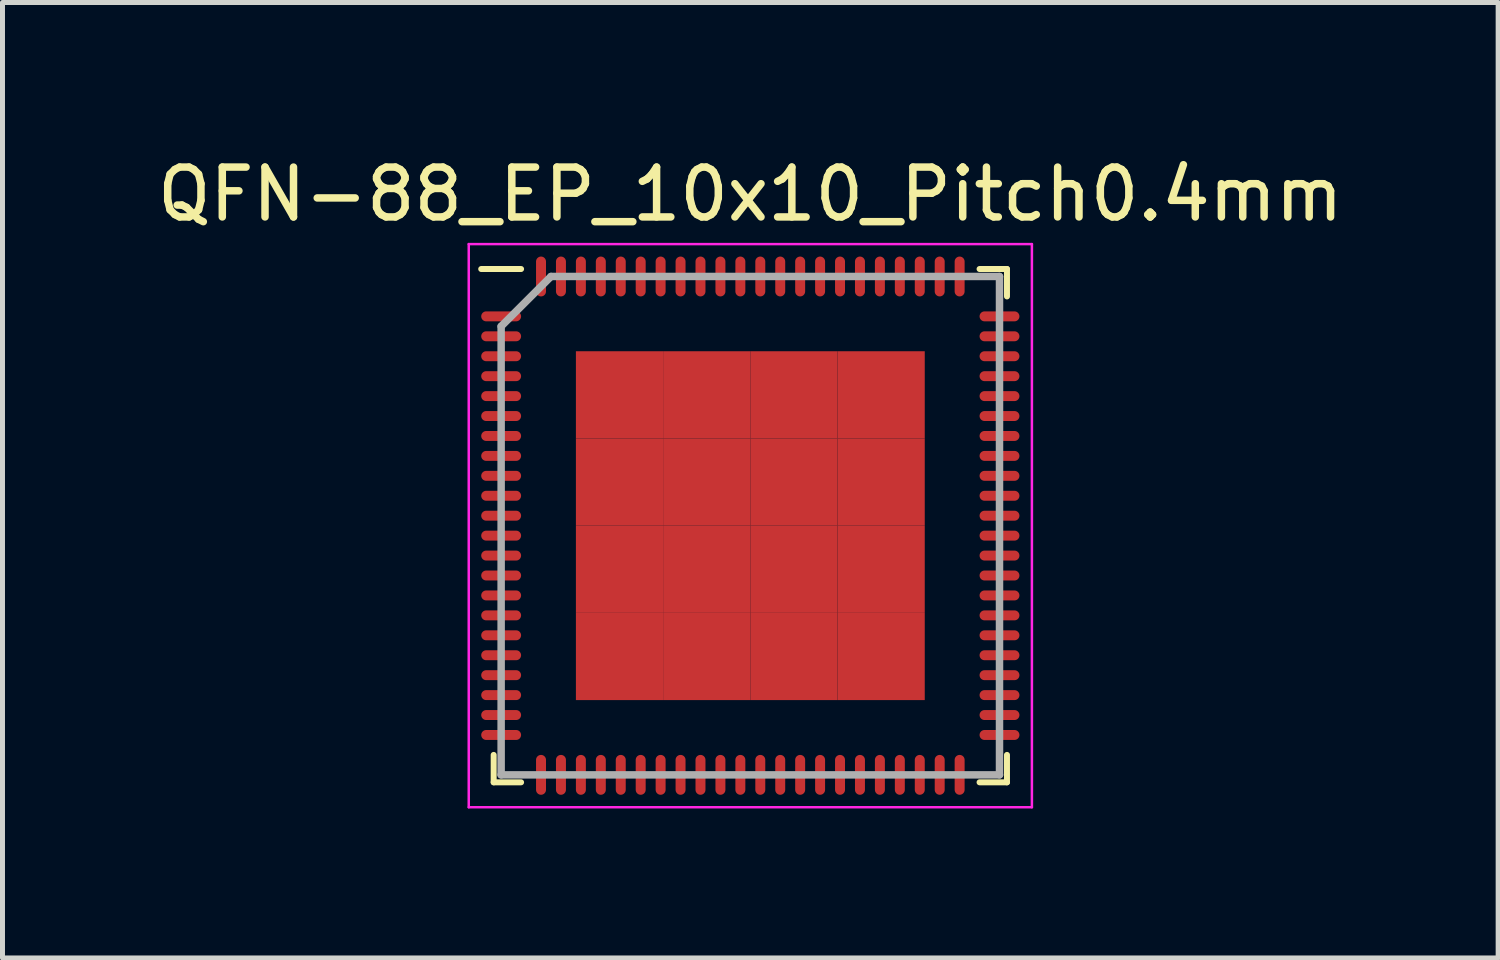
<source format=kicad_pcb>
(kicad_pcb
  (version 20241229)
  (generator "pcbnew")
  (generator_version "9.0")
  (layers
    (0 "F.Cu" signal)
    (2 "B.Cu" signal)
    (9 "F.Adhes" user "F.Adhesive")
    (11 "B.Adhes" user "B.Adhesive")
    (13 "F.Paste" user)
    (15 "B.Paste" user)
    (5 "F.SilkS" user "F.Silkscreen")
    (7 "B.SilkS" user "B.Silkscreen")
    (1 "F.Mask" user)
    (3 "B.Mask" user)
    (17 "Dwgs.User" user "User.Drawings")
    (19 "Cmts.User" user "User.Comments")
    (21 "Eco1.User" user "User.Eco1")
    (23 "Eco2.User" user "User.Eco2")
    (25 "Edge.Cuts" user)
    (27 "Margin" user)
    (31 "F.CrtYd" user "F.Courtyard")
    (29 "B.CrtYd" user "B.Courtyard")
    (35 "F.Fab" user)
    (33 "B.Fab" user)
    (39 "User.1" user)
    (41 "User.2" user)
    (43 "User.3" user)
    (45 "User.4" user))
  (footprint "QFN-88_EP_10x10_Pitch0.4mm"
    (layer "F.Cu")
    (at 12.006 7.498)
    (property "Reference" "QFN-88_EP_10x10_Pitch0.4mm" (at 0 -6.65 0) (layer "F.SilkS") (effects (font (size 1 1) (thickness 0.15))))
    (attr through_hole)
    (fp_line (start -5.15 5.15) (end -5.15 4.6) (stroke (width 0.12) (type solid)) (layer "F.SilkS"))
    (fp_line (start -4.6 -5.15) (end -5.4 -5.15) (stroke (width 0.12) (type solid)) (layer "F.SilkS"))
    (fp_line (start -4.6 5.15) (end -5.15 5.15) (stroke (width 0.12) (type solid)) (layer "F.SilkS"))
    (fp_line (start 4.6 -5.15) (end 5.15 -5.15) (stroke (width 0.12) (type solid)) (layer "F.SilkS"))
    (fp_line (start 4.6 5.15) (end 5.15 5.15) (stroke (width 0.12) (type solid)) (layer "F.SilkS"))
    (fp_line (start 5.15 -5.15) (end 5.15 -4.6) (stroke (width 0.12) (type solid)) (layer "F.SilkS"))
    (fp_line (start 5.15 5.15) (end 5.15 4.6) (stroke (width 0.12) (type solid)) (layer "F.SilkS"))
    (fp_line (start -5.65 -5.65) (end 5.65 -5.65) (stroke (width 0.05) (type solid)) (layer "F.CrtYd"))
    (fp_line (start -5.65 5.65) (end -5.65 -5.65) (stroke (width 0.05) (type solid)) (layer "F.CrtYd"))
    (fp_line (start 5.65 -5.65) (end 5.65 5.65) (stroke (width 0.05) (type solid)) (layer "F.CrtYd"))
    (fp_line (start 5.65 5.65) (end -5.65 5.65) (stroke (width 0.05) (type solid)) (layer "F.CrtYd"))
    (fp_line (start -5 -4) (end -5 5) (stroke (width 0.15) (type solid)) (layer "F.Fab"))
    (fp_line (start -5 5) (end 5 5) (stroke (width 0.15) (type solid)) (layer "F.Fab"))
    (fp_line (start -4 -5) (end -5 -4) (stroke (width 0.15) (type solid)) (layer "F.Fab"))
    (fp_line (start 5 -5) (end -4 -5) (stroke (width 0.15) (type solid)) (layer "F.Fab"))
    (fp_line (start 5 5) (end 5 -5) (stroke (width 0.15) (type solid)) (layer "F.Fab"))
    (pad "1" smd oval (at -5 -4.2 90) (size 0.2 0.8) (layers "F.Cu" "F.Mask" "F.Paste"))
    (pad "2" smd oval (at -5 -3.8 90) (size 0.2 0.8) (layers "F.Cu" "F.Mask" "F.Paste"))
    (pad "3" smd oval (at -5 -3.4 90) (size 0.2 0.8) (layers "F.Cu" "F.Mask" "F.Paste"))
    (pad "4" smd oval (at -5 -3 90) (size 0.2 0.8) (layers "F.Cu" "F.Mask" "F.Paste"))
    (pad "5" smd oval (at -5 -2.6 90) (size 0.2 0.8) (layers "F.Cu" "F.Mask" "F.Paste"))
    (pad "6" smd oval (at -5 -2.2 90) (size 0.2 0.8) (layers "F.Cu" "F.Mask" "F.Paste"))
    (pad "7" smd oval (at -5 -1.8 90) (size 0.2 0.8) (layers "F.Cu" "F.Mask" "F.Paste"))
    (pad "8" smd oval (at -5 -1.4 90) (size 0.2 0.8) (layers "F.Cu" "F.Mask" "F.Paste"))
    (pad "9" smd oval (at -5 -1 90) (size 0.2 0.8) (layers "F.Cu" "F.Mask" "F.Paste"))
    (pad "10" smd oval (at -5 -0.6 90) (size 0.2 0.8) (layers "F.Cu" "F.Mask" "F.Paste"))
    (pad "11" smd oval (at -5 -0.2 90) (size 0.2 0.8) (layers "F.Cu" "F.Mask" "F.Paste"))
    (pad "12" smd oval (at -5 0.2 90) (size 0.2 0.8) (layers "F.Cu" "F.Mask" "F.Paste"))
    (pad "13" smd oval (at -5 0.6 90) (size 0.2 0.8) (layers "F.Cu" "F.Mask" "F.Paste"))
    (pad "14" smd oval (at -5 1 90) (size 0.2 0.8) (layers "F.Cu" "F.Mask" "F.Paste"))
    (pad "15" smd oval (at -5 1.4 90) (size 0.2 0.8) (layers "F.Cu" "F.Mask" "F.Paste"))
    (pad "16" smd oval (at -5 1.8 90) (size 0.2 0.8) (layers "F.Cu" "F.Mask" "F.Paste"))
    (pad "17" smd oval (at -5 2.2 90) (size 0.2 0.8) (layers "F.Cu" "F.Mask" "F.Paste"))
    (pad "18" smd oval (at -5 2.6 90) (size 0.2 0.8) (layers "F.Cu" "F.Mask" "F.Paste"))
    (pad "19" smd oval (at -5 3 90) (size 0.2 0.8) (layers "F.Cu" "F.Mask" "F.Paste"))
    (pad "20" smd oval (at -5 3.4 90) (size 0.2 0.8) (layers "F.Cu" "F.Mask" "F.Paste"))
    (pad "21" smd oval (at -5 3.8 90) (size 0.2 0.8) (layers "F.Cu" "F.Mask" "F.Paste"))
    (pad "22" smd oval (at -5 4.2 90) (size 0.2 0.8) (layers "F.Cu" "F.Mask" "F.Paste"))
    (pad "23" smd oval (at -4.2 5) (size 0.2 0.8) (layers "F.Cu" "F.Mask" "F.Paste"))
    (pad "24" smd oval (at -3.8 5) (size 0.2 0.8) (layers "F.Cu" "F.Mask" "F.Paste"))
    (pad "25" smd oval (at -3.4 5) (size 0.2 0.8) (layers "F.Cu" "F.Mask" "F.Paste"))
    (pad "26" smd oval (at -3 5) (size 0.2 0.8) (layers "F.Cu" "F.Mask" "F.Paste"))
    (pad "27" smd oval (at -2.6 5) (size 0.2 0.8) (layers "F.Cu" "F.Mask" "F.Paste"))
    (pad "28" smd oval (at -2.2 5) (size 0.2 0.8) (layers "F.Cu" "F.Mask" "F.Paste"))
    (pad "29" smd oval (at -1.8 5) (size 0.2 0.8) (layers "F.Cu" "F.Mask" "F.Paste"))
    (pad "30" smd oval (at -1.4 5) (size 0.2 0.8) (layers "F.Cu" "F.Mask" "F.Paste"))
    (pad "31" smd oval (at -1 5) (size 0.2 0.8) (layers "F.Cu" "F.Mask" "F.Paste"))
    (pad "32" smd oval (at -0.6 5) (size 0.2 0.8) (layers "F.Cu" "F.Mask" "F.Paste"))
    (pad "33" smd oval (at -0.2 5) (size 0.2 0.8) (layers "F.Cu" "F.Mask" "F.Paste"))
    (pad "34" smd oval (at 0.2 5) (size 0.2 0.8) (layers "F.Cu" "F.Mask" "F.Paste"))
    (pad "35" smd oval (at 0.6 5) (size 0.2 0.8) (layers "F.Cu" "F.Mask" "F.Paste"))
    (pad "36" smd oval (at 1 5) (size 0.2 0.8) (layers "F.Cu" "F.Mask" "F.Paste"))
    (pad "37" smd oval (at 1.4 5) (size 0.2 0.8) (layers "F.Cu" "F.Mask" "F.Paste"))
    (pad "38" smd oval (at 1.8 5) (size 0.2 0.8) (layers "F.Cu" "F.Mask" "F.Paste"))
    (pad "39" smd oval (at 2.2 5) (size 0.2 0.8) (layers "F.Cu" "F.Mask" "F.Paste"))
    (pad "40" smd oval (at 2.6 5) (size 0.2 0.8) (layers "F.Cu" "F.Mask" "F.Paste"))
    (pad "41" smd oval (at 3 5) (size 0.2 0.8) (layers "F.Cu" "F.Mask" "F.Paste"))
    (pad "42" smd oval (at 3.4 5) (size 0.2 0.8) (layers "F.Cu" "F.Mask" "F.Paste"))
    (pad "43" smd oval (at 3.8 5) (size 0.2 0.8) (layers "F.Cu" "F.Mask" "F.Paste"))
    (pad "44" smd oval (at 4.2 5) (size 0.2 0.8) (layers "F.Cu" "F.Mask" "F.Paste"))
    (pad "45" smd oval (at 5 4.2 90) (size 0.2 0.8) (layers "F.Cu" "F.Mask" "F.Paste"))
    (pad "46" smd oval (at 5 3.8 90) (size 0.2 0.8) (layers "F.Cu" "F.Mask" "F.Paste"))
    (pad "47" smd oval (at 5 3.4 90) (size 0.2 0.8) (layers "F.Cu" "F.Mask" "F.Paste"))
    (pad "48" smd oval (at 5 3 90) (size 0.2 0.8) (layers "F.Cu" "F.Mask" "F.Paste"))
    (pad "49" smd oval (at 5 2.6 90) (size 0.2 0.8) (layers "F.Cu" "F.Mask" "F.Paste"))
    (pad "50" smd oval (at 5 2.2 90) (size 0.2 0.8) (layers "F.Cu" "F.Mask" "F.Paste"))
    (pad "51" smd oval (at 5 1.8 90) (size 0.2 0.8) (layers "F.Cu" "F.Mask" "F.Paste"))
    (pad "52" smd oval (at 5 1.4 90) (size 0.2 0.8) (layers "F.Cu" "F.Mask" "F.Paste"))
    (pad "53" smd oval (at 5 1 90) (size 0.2 0.8) (layers "F.Cu" "F.Mask" "F.Paste"))
    (pad "54" smd oval (at 5 0.6 90) (size 0.2 0.8) (layers "F.Cu" "F.Mask" "F.Paste"))
    (pad "55" smd oval (at 5 0.2 90) (size 0.2 0.8) (layers "F.Cu" "F.Mask" "F.Paste"))
    (pad "56" smd oval (at 5 -0.2 90) (size 0.2 0.8) (layers "F.Cu" "F.Mask" "F.Paste"))
    (pad "57" smd oval (at 5 -0.6 90) (size 0.2 0.8) (layers "F.Cu" "F.Mask" "F.Paste"))
    (pad "58" smd oval (at 5 -1 90) (size 0.2 0.8) (layers "F.Cu" "F.Mask" "F.Paste"))
    (pad "59" smd oval (at 5 -1.4 90) (size 0.2 0.8) (layers "F.Cu" "F.Mask" "F.Paste"))
    (pad "60" smd oval (at 5 -1.8 90) (size 0.2 0.8) (layers "F.Cu" "F.Mask" "F.Paste"))
    (pad "61" smd oval (at 5 -2.2 90) (size 0.2 0.8) (layers "F.Cu" "F.Mask" "F.Paste"))
    (pad "62" smd oval (at 5 -2.6 90) (size 0.2 0.8) (layers "F.Cu" "F.Mask" "F.Paste"))
    (pad "63" smd oval (at 5 -3 90) (size 0.2 0.8) (layers "F.Cu" "F.Mask" "F.Paste"))
    (pad "64" smd oval (at 5 -3.4 90) (size 0.2 0.8) (layers "F.Cu" "F.Mask" "F.Paste"))
    (pad "65" smd oval (at 5 -3.8 90) (size 0.2 0.8) (layers "F.Cu" "F.Mask" "F.Paste"))
    (pad "66" smd oval (at 5 -4.2 90) (size 0.2 0.8) (layers "F.Cu" "F.Mask" "F.Paste"))
    (pad "67" smd oval (at 4.2 -5) (size 0.2 0.8) (layers "F.Cu" "F.Mask" "F.Paste"))
    (pad "68" smd oval (at 3.8 -5) (size 0.2 0.8) (layers "F.Cu" "F.Mask" "F.Paste"))
    (pad "69" smd oval (at 3.4 -5) (size 0.2 0.8) (layers "F.Cu" "F.Mask" "F.Paste"))
    (pad "70" smd oval (at 3 -5) (size 0.2 0.8) (layers "F.Cu" "F.Mask" "F.Paste"))
    (pad "71" smd oval (at 2.6 -5) (size 0.2 0.8) (layers "F.Cu" "F.Mask" "F.Paste"))
    (pad "72" smd oval (at 2.2 -5) (size 0.2 0.8) (layers "F.Cu" "F.Mask" "F.Paste"))
    (pad "73" smd oval (at 1.8 -5) (size 0.2 0.8) (layers "F.Cu" "F.Mask" "F.Paste"))
    (pad "74" smd oval (at 1.4 -5) (size 0.2 0.8) (layers "F.Cu" "F.Mask" "F.Paste"))
    (pad "75" smd oval (at 1 -5) (size 0.2 0.8) (layers "F.Cu" "F.Mask" "F.Paste"))
    (pad "76" smd oval (at 0.6 -5) (size 0.2 0.8) (layers "F.Cu" "F.Mask" "F.Paste"))
    (pad "77" smd oval (at 0.2 -5) (size 0.2 0.8) (layers "F.Cu" "F.Mask" "F.Paste"))
    (pad "78" smd oval (at -0.2 -5) (size 0.2 0.8) (layers "F.Cu" "F.Mask" "F.Paste"))
    (pad "79" smd oval (at -0.6 -5) (size 0.2 0.8) (layers "F.Cu" "F.Mask" "F.Paste"))
    (pad "80" smd oval (at -1 -5) (size 0.2 0.8) (layers "F.Cu" "F.Mask" "F.Paste"))
    (pad "81" smd oval (at -1.4 -5) (size 0.2 0.8) (layers "F.Cu" "F.Mask" "F.Paste"))
    (pad "82" smd oval (at -1.8 -5) (size 0.2 0.8) (layers "F.Cu" "F.Mask" "F.Paste"))
    (pad "83" smd oval (at -2.2 -5) (size 0.2 0.8) (layers "F.Cu" "F.Mask" "F.Paste"))
    (pad "84" smd oval (at -2.6 -5) (size 0.2 0.8) (layers "F.Cu" "F.Mask" "F.Paste"))
    (pad "85" smd oval (at -3 -5) (size 0.2 0.8) (layers "F.Cu" "F.Mask" "F.Paste"))
    (pad "86" smd oval (at -3.4 -5) (size 0.2 0.8) (layers "F.Cu" "F.Mask" "F.Paste"))
    (pad "87" smd oval (at -3.8 -5) (size 0.2 0.8) (layers "F.Cu" "F.Mask" "F.Paste"))
    (pad "88" smd oval (at -4.2 -5) (size 0.2 0.8) (layers "F.Cu" "F.Mask" "F.Paste"))
    (pad "89" smd rect (at -2.625 -2.625) (size 1.75 1.75) (layers "F.Cu" "F.Mask" "F.Paste"))
    (pad "89" smd rect (at -2.625 -0.875) (size 1.75 1.75) (layers "F.Cu" "F.Mask" "F.Paste"))
    (pad "89" smd rect (at -2.625 0.875) (size 1.75 1.75) (layers "F.Cu" "F.Mask" "F.Paste"))
    (pad "89" smd rect (at -2.625 2.625) (size 1.75 1.75) (layers "F.Cu" "F.Mask" "F.Paste"))
    (pad "89" smd rect (at -0.875 -2.625) (size 1.75 1.75) (layers "F.Cu" "F.Mask" "F.Paste"))
    (pad "89" smd rect (at -0.875 -0.875) (size 1.75 1.75) (layers "F.Cu" "F.Mask" "F.Paste"))
    (pad "89" smd rect (at -0.875 0.875) (size 1.75 1.75) (layers "F.Cu" "F.Mask" "F.Paste"))
    (pad "89" smd rect (at -0.875 2.625) (size 1.75 1.75) (layers "F.Cu" "F.Mask" "F.Paste"))
    (pad "89" smd rect (at 0.875 -2.625) (size 1.75 1.75) (layers "F.Cu" "F.Mask" "F.Paste"))
    (pad "89" smd rect (at 0.875 -0.875) (size 1.75 1.75) (layers "F.Cu" "F.Mask" "F.Paste"))
    (pad "89" smd rect (at 0.875 0.875) (size 1.75 1.75) (layers "F.Cu" "F.Mask" "F.Paste"))
    (pad "89" smd rect (at 0.875 2.625) (size 1.75 1.75) (layers "F.Cu" "F.Mask" "F.Paste"))
    (pad "89" smd rect (at 2.625 -2.625) (size 1.75 1.75) (layers "F.Cu" "F.Mask" "F.Paste"))
    (pad "89" smd rect (at 2.625 -0.875) (size 1.75 1.75) (layers "F.Cu" "F.Mask" "F.Paste"))
    (pad "89" smd rect (at 2.625 0.875) (size 1.75 1.75) (layers "F.Cu" "F.Mask" "F.Paste"))
    (pad "89" smd rect (at 2.625 2.625) (size 1.75 1.75) (layers "F.Cu" "F.Mask" "F.Paste")))
  (gr_rect
    (start -3 -3)
    (end 27.012 16.173)
    (stroke (width 0.1) (type default))
    (fill no)
    (layer "Edge.Cuts")))
</source>
